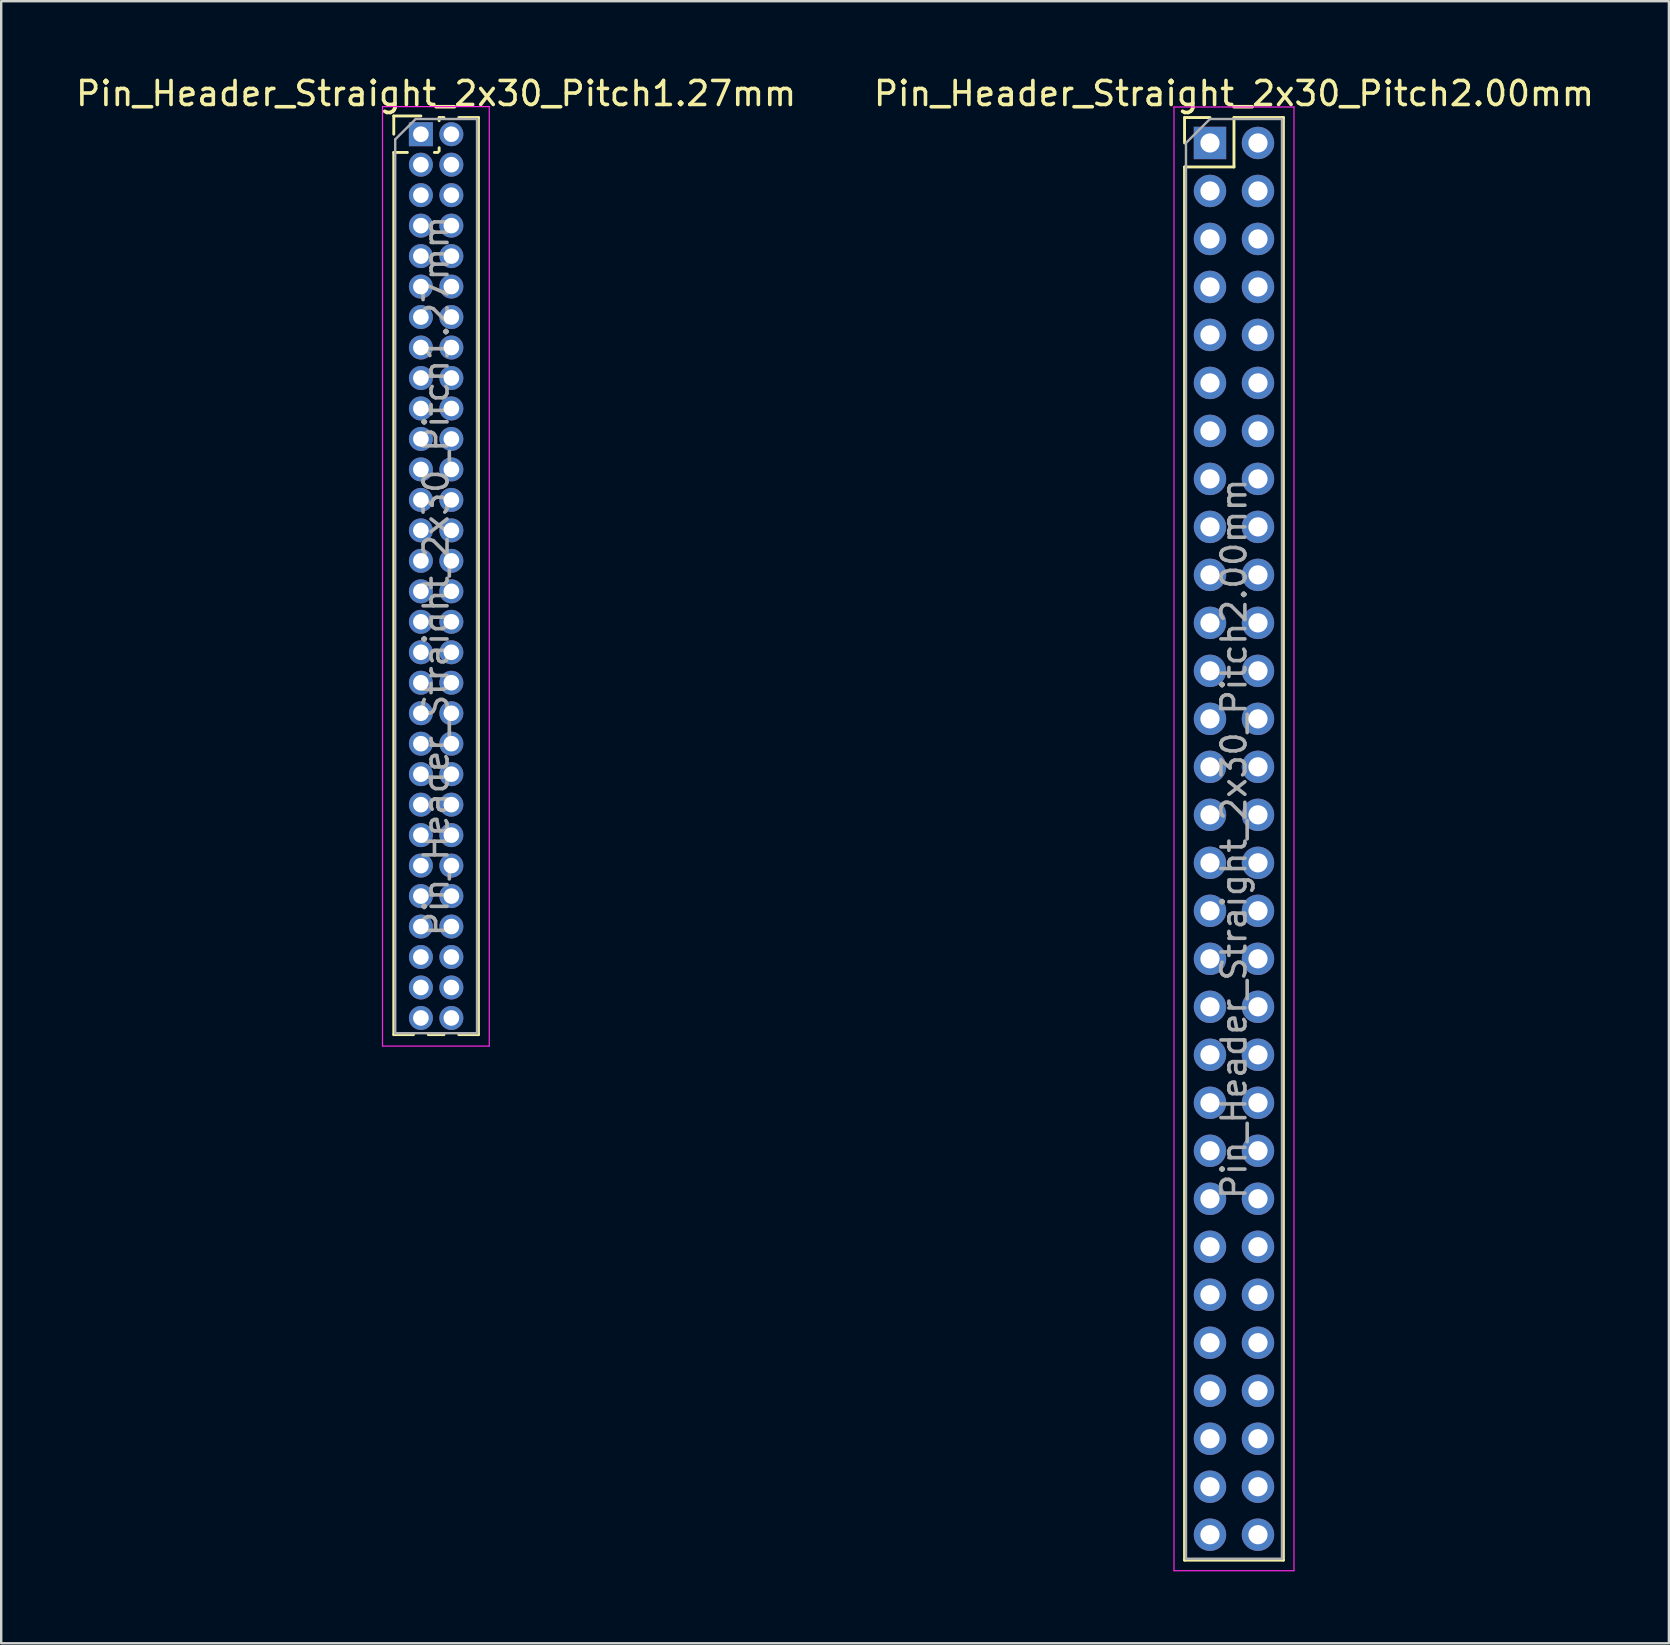
<source format=kicad_pcb>
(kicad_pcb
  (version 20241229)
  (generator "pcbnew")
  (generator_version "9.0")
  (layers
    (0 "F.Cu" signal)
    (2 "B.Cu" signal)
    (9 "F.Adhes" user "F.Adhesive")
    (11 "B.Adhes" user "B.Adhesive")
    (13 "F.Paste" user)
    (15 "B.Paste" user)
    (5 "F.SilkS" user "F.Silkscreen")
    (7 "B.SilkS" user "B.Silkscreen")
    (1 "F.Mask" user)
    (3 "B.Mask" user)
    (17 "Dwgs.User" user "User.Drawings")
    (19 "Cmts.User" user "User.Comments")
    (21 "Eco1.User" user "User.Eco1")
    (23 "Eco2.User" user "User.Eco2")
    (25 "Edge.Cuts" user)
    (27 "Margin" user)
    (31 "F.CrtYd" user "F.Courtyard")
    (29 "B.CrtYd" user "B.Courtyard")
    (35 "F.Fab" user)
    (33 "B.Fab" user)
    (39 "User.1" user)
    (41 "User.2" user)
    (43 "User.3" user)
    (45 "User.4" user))
  (footprint "Pin_Header_Straight_2x30_Pitch1.27mm"
    (layer "F.Cu")
    (at 14.49 2.543)
    (property "Reference" "Pin_Header_Straight_2x30_Pitch1.27mm" (at 0.635 -1.695 0) (layer "F.SilkS") (effects (font (size 1 1) (thickness 0.15))))
    (attr through_hole)
    (fp_line (start -1.13 -0.76) (end 0 -0.76) (stroke (width 0.12) (type solid)) (layer "F.SilkS"))
    (fp_line (start -1.13 0) (end -1.13 -0.76) (stroke (width 0.12) (type solid)) (layer "F.SilkS"))
    (fp_line (start -1.13 0.76) (end -1.13 37.525) (stroke (width 0.12) (type solid)) (layer "F.SilkS"))
    (fp_line (start -1.13 0.76) (end -0.563 0.76) (stroke (width 0.12) (type solid)) (layer "F.SilkS"))
    (fp_line (start -1.13 37.525) (end -0.308 37.525) (stroke (width 0.12) (type solid)) (layer "F.SilkS"))
    (fp_line (start 0.308 37.525) (end 0.962 37.525) (stroke (width 0.12) (type solid)) (layer "F.SilkS"))
    (fp_line (start 0.563 0.76) (end 0.707 0.76) (stroke (width 0.12) (type solid)) (layer "F.SilkS"))
    (fp_line (start 0.76 -0.695) (end 0.962 -0.695) (stroke (width 0.12) (type solid)) (layer "F.SilkS"))
    (fp_line (start 0.76 -0.563) (end 0.76 -0.695) (stroke (width 0.12) (type solid)) (layer "F.SilkS"))
    (fp_line (start 0.76 0.707) (end 0.76 0.563) (stroke (width 0.12) (type solid)) (layer "F.SilkS"))
    (fp_line (start 1.578 -0.695) (end 2.4 -0.695) (stroke (width 0.12) (type solid)) (layer "F.SilkS"))
    (fp_line (start 1.578 37.525) (end 2.4 37.525) (stroke (width 0.12) (type solid)) (layer "F.SilkS"))
    (fp_line (start 2.4 -0.695) (end 2.4 37.525) (stroke (width 0.12) (type solid)) (layer "F.SilkS"))
    (fp_line (start -1.6 -1.15) (end -1.6 38) (stroke (width 0.05) (type solid)) (layer "F.CrtYd"))
    (fp_line (start -1.6 38) (end 2.85 38) (stroke (width 0.05) (type solid)) (layer "F.CrtYd"))
    (fp_line (start 2.85 -1.15) (end -1.6 -1.15) (stroke (width 0.05) (type solid)) (layer "F.CrtYd"))
    (fp_line (start 2.85 38) (end 2.85 -1.15) (stroke (width 0.05) (type solid)) (layer "F.CrtYd"))
    (fp_line (start -1.07 0.217) (end -0.217 -0.635) (stroke (width 0.1) (type solid)) (layer "F.Fab"))
    (fp_line (start -1.07 37.465) (end -1.07 0.217) (stroke (width 0.1) (type solid)) (layer "F.Fab"))
    (fp_line (start -0.217 -0.635) (end 2.34 -0.635) (stroke (width 0.1) (type solid)) (layer "F.Fab"))
    (fp_line (start 2.34 -0.635) (end 2.34 37.465) (stroke (width 0.1) (type solid)) (layer "F.Fab"))
    (fp_line (start 2.34 37.465) (end -1.07 37.465) (stroke (width 0.1) (type solid)) (layer "F.Fab"))
    (fp_text user "${REFERENCE}" (at 0.635 18.415 90) (layer "F.Fab") (effects (font (size 1 1) (thickness 0.15))))
    (pad "1" thru_hole rect (at 0 0) (size 1 1) (drill 0.65) (layers "*.Cu" "*.Mask"))
    (pad "2" thru_hole oval (at 1.27 0) (size 1 1) (drill 0.65) (layers "*.Cu" "*.Mask"))
    (pad "3" thru_hole oval (at 0 1.27) (size 1 1) (drill 0.65) (layers "*.Cu" "*.Mask"))
    (pad "4" thru_hole oval (at 1.27 1.27) (size 1 1) (drill 0.65) (layers "*.Cu" "*.Mask"))
    (pad "5" thru_hole oval (at 0 2.54) (size 1 1) (drill 0.65) (layers "*.Cu" "*.Mask"))
    (pad "6" thru_hole oval (at 1.27 2.54) (size 1 1) (drill 0.65) (layers "*.Cu" "*.Mask"))
    (pad "7" thru_hole oval (at 0 3.81) (size 1 1) (drill 0.65) (layers "*.Cu" "*.Mask"))
    (pad "8" thru_hole oval (at 1.27 3.81) (size 1 1) (drill 0.65) (layers "*.Cu" "*.Mask"))
    (pad "9" thru_hole oval (at 0 5.08) (size 1 1) (drill 0.65) (layers "*.Cu" "*.Mask"))
    (pad "10" thru_hole oval (at 1.27 5.08) (size 1 1) (drill 0.65) (layers "*.Cu" "*.Mask"))
    (pad "11" thru_hole oval (at 0 6.35) (size 1 1) (drill 0.65) (layers "*.Cu" "*.Mask"))
    (pad "12" thru_hole oval (at 1.27 6.35) (size 1 1) (drill 0.65) (layers "*.Cu" "*.Mask"))
    (pad "13" thru_hole oval (at 0 7.62) (size 1 1) (drill 0.65) (layers "*.Cu" "*.Mask"))
    (pad "14" thru_hole oval (at 1.27 7.62) (size 1 1) (drill 0.65) (layers "*.Cu" "*.Mask"))
    (pad "15" thru_hole oval (at 0 8.89) (size 1 1) (drill 0.65) (layers "*.Cu" "*.Mask"))
    (pad "16" thru_hole oval (at 1.27 8.89) (size 1 1) (drill 0.65) (layers "*.Cu" "*.Mask"))
    (pad "17" thru_hole oval (at 0 10.16) (size 1 1) (drill 0.65) (layers "*.Cu" "*.Mask"))
    (pad "18" thru_hole oval (at 1.27 10.16) (size 1 1) (drill 0.65) (layers "*.Cu" "*.Mask"))
    (pad "19" thru_hole oval (at 0 11.43) (size 1 1) (drill 0.65) (layers "*.Cu" "*.Mask"))
    (pad "20" thru_hole oval (at 1.27 11.43) (size 1 1) (drill 0.65) (layers "*.Cu" "*.Mask"))
    (pad "21" thru_hole oval (at 0 12.7) (size 1 1) (drill 0.65) (layers "*.Cu" "*.Mask"))
    (pad "22" thru_hole oval (at 1.27 12.7) (size 1 1) (drill 0.65) (layers "*.Cu" "*.Mask"))
    (pad "23" thru_hole oval (at 0 13.97) (size 1 1) (drill 0.65) (layers "*.Cu" "*.Mask"))
    (pad "24" thru_hole oval (at 1.27 13.97) (size 1 1) (drill 0.65) (layers "*.Cu" "*.Mask"))
    (pad "25" thru_hole oval (at 0 15.24) (size 1 1) (drill 0.65) (layers "*.Cu" "*.Mask"))
    (pad "26" thru_hole oval (at 1.27 15.24) (size 1 1) (drill 0.65) (layers "*.Cu" "*.Mask"))
    (pad "27" thru_hole oval (at 0 16.51) (size 1 1) (drill 0.65) (layers "*.Cu" "*.Mask"))
    (pad "28" thru_hole oval (at 1.27 16.51) (size 1 1) (drill 0.65) (layers "*.Cu" "*.Mask"))
    (pad "29" thru_hole oval (at 0 17.78) (size 1 1) (drill 0.65) (layers "*.Cu" "*.Mask"))
    (pad "30" thru_hole oval (at 1.27 17.78) (size 1 1) (drill 0.65) (layers "*.Cu" "*.Mask"))
    (pad "31" thru_hole oval (at 0 19.05) (size 1 1) (drill 0.65) (layers "*.Cu" "*.Mask"))
    (pad "32" thru_hole oval (at 1.27 19.05) (size 1 1) (drill 0.65) (layers "*.Cu" "*.Mask"))
    (pad "33" thru_hole oval (at 0 20.32) (size 1 1) (drill 0.65) (layers "*.Cu" "*.Mask"))
    (pad "34" thru_hole oval (at 1.27 20.32) (size 1 1) (drill 0.65) (layers "*.Cu" "*.Mask"))
    (pad "35" thru_hole oval (at 0 21.59) (size 1 1) (drill 0.65) (layers "*.Cu" "*.Mask"))
    (pad "36" thru_hole oval (at 1.27 21.59) (size 1 1) (drill 0.65) (layers "*.Cu" "*.Mask"))
    (pad "37" thru_hole oval (at 0 22.86) (size 1 1) (drill 0.65) (layers "*.Cu" "*.Mask"))
    (pad "38" thru_hole oval (at 1.27 22.86) (size 1 1) (drill 0.65) (layers "*.Cu" "*.Mask"))
    (pad "39" thru_hole oval (at 0 24.13) (size 1 1) (drill 0.65) (layers "*.Cu" "*.Mask"))
    (pad "40" thru_hole oval (at 1.27 24.13) (size 1 1) (drill 0.65) (layers "*.Cu" "*.Mask"))
    (pad "41" thru_hole oval (at 0 25.4) (size 1 1) (drill 0.65) (layers "*.Cu" "*.Mask"))
    (pad "42" thru_hole oval (at 1.27 25.4) (size 1 1) (drill 0.65) (layers "*.Cu" "*.Mask"))
    (pad "43" thru_hole oval (at 0 26.67) (size 1 1) (drill 0.65) (layers "*.Cu" "*.Mask"))
    (pad "44" thru_hole oval (at 1.27 26.67) (size 1 1) (drill 0.65) (layers "*.Cu" "*.Mask"))
    (pad "45" thru_hole oval (at 0 27.94) (size 1 1) (drill 0.65) (layers "*.Cu" "*.Mask"))
    (pad "46" thru_hole oval (at 1.27 27.94) (size 1 1) (drill 0.65) (layers "*.Cu" "*.Mask"))
    (pad "47" thru_hole oval (at 0 29.21) (size 1 1) (drill 0.65) (layers "*.Cu" "*.Mask"))
    (pad "48" thru_hole oval (at 1.27 29.21) (size 1 1) (drill 0.65) (layers "*.Cu" "*.Mask"))
    (pad "49" thru_hole oval (at 0 30.48) (size 1 1) (drill 0.65) (layers "*.Cu" "*.Mask"))
    (pad "50" thru_hole oval (at 1.27 30.48) (size 1 1) (drill 0.65) (layers "*.Cu" "*.Mask"))
    (pad "51" thru_hole oval (at 0 31.75) (size 1 1) (drill 0.65) (layers "*.Cu" "*.Mask"))
    (pad "52" thru_hole oval (at 1.27 31.75) (size 1 1) (drill 0.65) (layers "*.Cu" "*.Mask"))
    (pad "53" thru_hole oval (at 0 33.02) (size 1 1) (drill 0.65) (layers "*.Cu" "*.Mask"))
    (pad "54" thru_hole oval (at 1.27 33.02) (size 1 1) (drill 0.65) (layers "*.Cu" "*.Mask"))
    (pad "55" thru_hole oval (at 0 34.29) (size 1 1) (drill 0.65) (layers "*.Cu" "*.Mask"))
    (pad "56" thru_hole oval (at 1.27 34.29) (size 1 1) (drill 0.65) (layers "*.Cu" "*.Mask"))
    (pad "57" thru_hole oval (at 0 35.56) (size 1 1) (drill 0.65) (layers "*.Cu" "*.Mask"))
    (pad "58" thru_hole oval (at 1.27 35.56) (size 1 1) (drill 0.65) (layers "*.Cu" "*.Mask"))
    (pad "59" thru_hole oval (at 0 36.83) (size 1 1) (drill 0.65) (layers "*.Cu" "*.Mask"))
    (pad "60" thru_hole oval (at 1.27 36.83) (size 1 1) (drill 0.65) (layers "*.Cu" "*.Mask")))
  (footprint "Pin_Header_Straight_2x30_Pitch2.00mm"
    (layer "F.Cu")
    (at 47.375 2.908)
    (property "Reference" "Pin_Header_Straight_2x30_Pitch2.00mm" (at 1 -2.06 0) (layer "F.SilkS") (effects (font (size 1 1) (thickness 0.15))))
    (attr through_hole)
    (fp_line (start -1.06 -1.06) (end 0 -1.06) (stroke (width 0.12) (type solid)) (layer "F.SilkS"))
    (fp_line (start -1.06 0) (end -1.06 -1.06) (stroke (width 0.12) (type solid)) (layer "F.SilkS"))
    (fp_line (start -1.06 1) (end -1.06 59.06) (stroke (width 0.12) (type solid)) (layer "F.SilkS"))
    (fp_line (start -1.06 1) (end 1 1) (stroke (width 0.12) (type solid)) (layer "F.SilkS"))
    (fp_line (start -1.06 59.06) (end 3.06 59.06) (stroke (width 0.12) (type solid)) (layer "F.SilkS"))
    (fp_line (start 1 -1.06) (end 3.06 -1.06) (stroke (width 0.12) (type solid)) (layer "F.SilkS"))
    (fp_line (start 1 1) (end 1 -1.06) (stroke (width 0.12) (type solid)) (layer "F.SilkS"))
    (fp_line (start 3.06 -1.06) (end 3.06 59.06) (stroke (width 0.12) (type solid)) (layer "F.SilkS"))
    (fp_line (start -1.5 -1.5) (end -1.5 59.5) (stroke (width 0.05) (type solid)) (layer "F.CrtYd"))
    (fp_line (start -1.5 59.5) (end 3.5 59.5) (stroke (width 0.05) (type solid)) (layer "F.CrtYd"))
    (fp_line (start 3.5 -1.5) (end -1.5 -1.5) (stroke (width 0.05) (type solid)) (layer "F.CrtYd"))
    (fp_line (start 3.5 59.5) (end 3.5 -1.5) (stroke (width 0.05) (type solid)) (layer "F.CrtYd"))
    (fp_line (start -1 0) (end 0 -1) (stroke (width 0.1) (type solid)) (layer "F.Fab"))
    (fp_line (start -1 59) (end -1 0) (stroke (width 0.1) (type solid)) (layer "F.Fab"))
    (fp_line (start 0 -1) (end 3 -1) (stroke (width 0.1) (type solid)) (layer "F.Fab"))
    (fp_line (start 3 -1) (end 3 59) (stroke (width 0.1) (type solid)) (layer "F.Fab"))
    (fp_line (start 3 59) (end -1 59) (stroke (width 0.1) (type solid)) (layer "F.Fab"))
    (fp_text user "${REFERENCE}" (at 1 29 90) (layer "F.Fab") (effects (font (size 1 1) (thickness 0.15))))
    (pad "1" thru_hole rect (at 0 0) (size 1.35 1.35) (drill 0.8) (layers "*.Cu" "*.Mask"))
    (pad "2" thru_hole oval (at 2 0) (size 1.35 1.35) (drill 0.8) (layers "*.Cu" "*.Mask"))
    (pad "3" thru_hole oval (at 0 2) (size 1.35 1.35) (drill 0.8) (layers "*.Cu" "*.Mask"))
    (pad "4" thru_hole oval (at 2 2) (size 1.35 1.35) (drill 0.8) (layers "*.Cu" "*.Mask"))
    (pad "5" thru_hole oval (at 0 4) (size 1.35 1.35) (drill 0.8) (layers "*.Cu" "*.Mask"))
    (pad "6" thru_hole oval (at 2 4) (size 1.35 1.35) (drill 0.8) (layers "*.Cu" "*.Mask"))
    (pad "7" thru_hole oval (at 0 6) (size 1.35 1.35) (drill 0.8) (layers "*.Cu" "*.Mask"))
    (pad "8" thru_hole oval (at 2 6) (size 1.35 1.35) (drill 0.8) (layers "*.Cu" "*.Mask"))
    (pad "9" thru_hole oval (at 0 8) (size 1.35 1.35) (drill 0.8) (layers "*.Cu" "*.Mask"))
    (pad "10" thru_hole oval (at 2 8) (size 1.35 1.35) (drill 0.8) (layers "*.Cu" "*.Mask"))
    (pad "11" thru_hole oval (at 0 10) (size 1.35 1.35) (drill 0.8) (layers "*.Cu" "*.Mask"))
    (pad "12" thru_hole oval (at 2 10) (size 1.35 1.35) (drill 0.8) (layers "*.Cu" "*.Mask"))
    (pad "13" thru_hole oval (at 0 12) (size 1.35 1.35) (drill 0.8) (layers "*.Cu" "*.Mask"))
    (pad "14" thru_hole oval (at 2 12) (size 1.35 1.35) (drill 0.8) (layers "*.Cu" "*.Mask"))
    (pad "15" thru_hole oval (at 0 14) (size 1.35 1.35) (drill 0.8) (layers "*.Cu" "*.Mask"))
    (pad "16" thru_hole oval (at 2 14) (size 1.35 1.35) (drill 0.8) (layers "*.Cu" "*.Mask"))
    (pad "17" thru_hole oval (at 0 16) (size 1.35 1.35) (drill 0.8) (layers "*.Cu" "*.Mask"))
    (pad "18" thru_hole oval (at 2 16) (size 1.35 1.35) (drill 0.8) (layers "*.Cu" "*.Mask"))
    (pad "19" thru_hole oval (at 0 18) (size 1.35 1.35) (drill 0.8) (layers "*.Cu" "*.Mask"))
    (pad "20" thru_hole oval (at 2 18) (size 1.35 1.35) (drill 0.8) (layers "*.Cu" "*.Mask"))
    (pad "21" thru_hole oval (at 0 20) (size 1.35 1.35) (drill 0.8) (layers "*.Cu" "*.Mask"))
    (pad "22" thru_hole oval (at 2 20) (size 1.35 1.35) (drill 0.8) (layers "*.Cu" "*.Mask"))
    (pad "23" thru_hole oval (at 0 22) (size 1.35 1.35) (drill 0.8) (layers "*.Cu" "*.Mask"))
    (pad "24" thru_hole oval (at 2 22) (size 1.35 1.35) (drill 0.8) (layers "*.Cu" "*.Mask"))
    (pad "25" thru_hole oval (at 0 24) (size 1.35 1.35) (drill 0.8) (layers "*.Cu" "*.Mask"))
    (pad "26" thru_hole oval (at 2 24) (size 1.35 1.35) (drill 0.8) (layers "*.Cu" "*.Mask"))
    (pad "27" thru_hole oval (at 0 26) (size 1.35 1.35) (drill 0.8) (layers "*.Cu" "*.Mask"))
    (pad "28" thru_hole oval (at 2 26) (size 1.35 1.35) (drill 0.8) (layers "*.Cu" "*.Mask"))
    (pad "29" thru_hole oval (at 0 28) (size 1.35 1.35) (drill 0.8) (layers "*.Cu" "*.Mask"))
    (pad "30" thru_hole oval (at 2 28) (size 1.35 1.35) (drill 0.8) (layers "*.Cu" "*.Mask"))
    (pad "31" thru_hole oval (at 0 30) (size 1.35 1.35) (drill 0.8) (layers "*.Cu" "*.Mask"))
    (pad "32" thru_hole oval (at 2 30) (size 1.35 1.35) (drill 0.8) (layers "*.Cu" "*.Mask"))
    (pad "33" thru_hole oval (at 0 32) (size 1.35 1.35) (drill 0.8) (layers "*.Cu" "*.Mask"))
    (pad "34" thru_hole oval (at 2 32) (size 1.35 1.35) (drill 0.8) (layers "*.Cu" "*.Mask"))
    (pad "35" thru_hole oval (at 0 34) (size 1.35 1.35) (drill 0.8) (layers "*.Cu" "*.Mask"))
    (pad "36" thru_hole oval (at 2 34) (size 1.35 1.35) (drill 0.8) (layers "*.Cu" "*.Mask"))
    (pad "37" thru_hole oval (at 0 36) (size 1.35 1.35) (drill 0.8) (layers "*.Cu" "*.Mask"))
    (pad "38" thru_hole oval (at 2 36) (size 1.35 1.35) (drill 0.8) (layers "*.Cu" "*.Mask"))
    (pad "39" thru_hole oval (at 0 38) (size 1.35 1.35) (drill 0.8) (layers "*.Cu" "*.Mask"))
    (pad "40" thru_hole oval (at 2 38) (size 1.35 1.35) (drill 0.8) (layers "*.Cu" "*.Mask"))
    (pad "41" thru_hole oval (at 0 40) (size 1.35 1.35) (drill 0.8) (layers "*.Cu" "*.Mask"))
    (pad "42" thru_hole oval (at 2 40) (size 1.35 1.35) (drill 0.8) (layers "*.Cu" "*.Mask"))
    (pad "43" thru_hole oval (at 0 42) (size 1.35 1.35) (drill 0.8) (layers "*.Cu" "*.Mask"))
    (pad "44" thru_hole oval (at 2 42) (size 1.35 1.35) (drill 0.8) (layers "*.Cu" "*.Mask"))
    (pad "45" thru_hole oval (at 0 44) (size 1.35 1.35) (drill 0.8) (layers "*.Cu" "*.Mask"))
    (pad "46" thru_hole oval (at 2 44) (size 1.35 1.35) (drill 0.8) (layers "*.Cu" "*.Mask"))
    (pad "47" thru_hole oval (at 0 46) (size 1.35 1.35) (drill 0.8) (layers "*.Cu" "*.Mask"))
    (pad "48" thru_hole oval (at 2 46) (size 1.35 1.35) (drill 0.8) (layers "*.Cu" "*.Mask"))
    (pad "49" thru_hole oval (at 0 48) (size 1.35 1.35) (drill 0.8) (layers "*.Cu" "*.Mask"))
    (pad "50" thru_hole oval (at 2 48) (size 1.35 1.35) (drill 0.8) (layers "*.Cu" "*.Mask"))
    (pad "51" thru_hole oval (at 0 50) (size 1.35 1.35) (drill 0.8) (layers "*.Cu" "*.Mask"))
    (pad "52" thru_hole oval (at 2 50) (size 1.35 1.35) (drill 0.8) (layers "*.Cu" "*.Mask"))
    (pad "53" thru_hole oval (at 0 52) (size 1.35 1.35) (drill 0.8) (layers "*.Cu" "*.Mask"))
    (pad "54" thru_hole oval (at 2 52) (size 1.35 1.35) (drill 0.8) (layers "*.Cu" "*.Mask"))
    (pad "55" thru_hole oval (at 0 54) (size 1.35 1.35) (drill 0.8) (layers "*.Cu" "*.Mask"))
    (pad "56" thru_hole oval (at 2 54) (size 1.35 1.35) (drill 0.8) (layers "*.Cu" "*.Mask"))
    (pad "57" thru_hole oval (at 0 56) (size 1.35 1.35) (drill 0.8) (layers "*.Cu" "*.Mask"))
    (pad "58" thru_hole oval (at 2 56) (size 1.35 1.35) (drill 0.8) (layers "*.Cu" "*.Mask"))
    (pad "59" thru_hole oval (at 0 58) (size 1.35 1.35) (drill 0.8) (layers "*.Cu" "*.Mask"))
    (pad "60" thru_hole oval (at 2 58) (size 1.35 1.35) (drill 0.8) (layers "*.Cu" "*.Mask")))
  (gr_rect
    (start -3 -3)
    (end 66.5 65.433)
    (stroke (width 0.1) (type default))
    (fill no)
    (layer "Edge.Cuts")))
</source>
